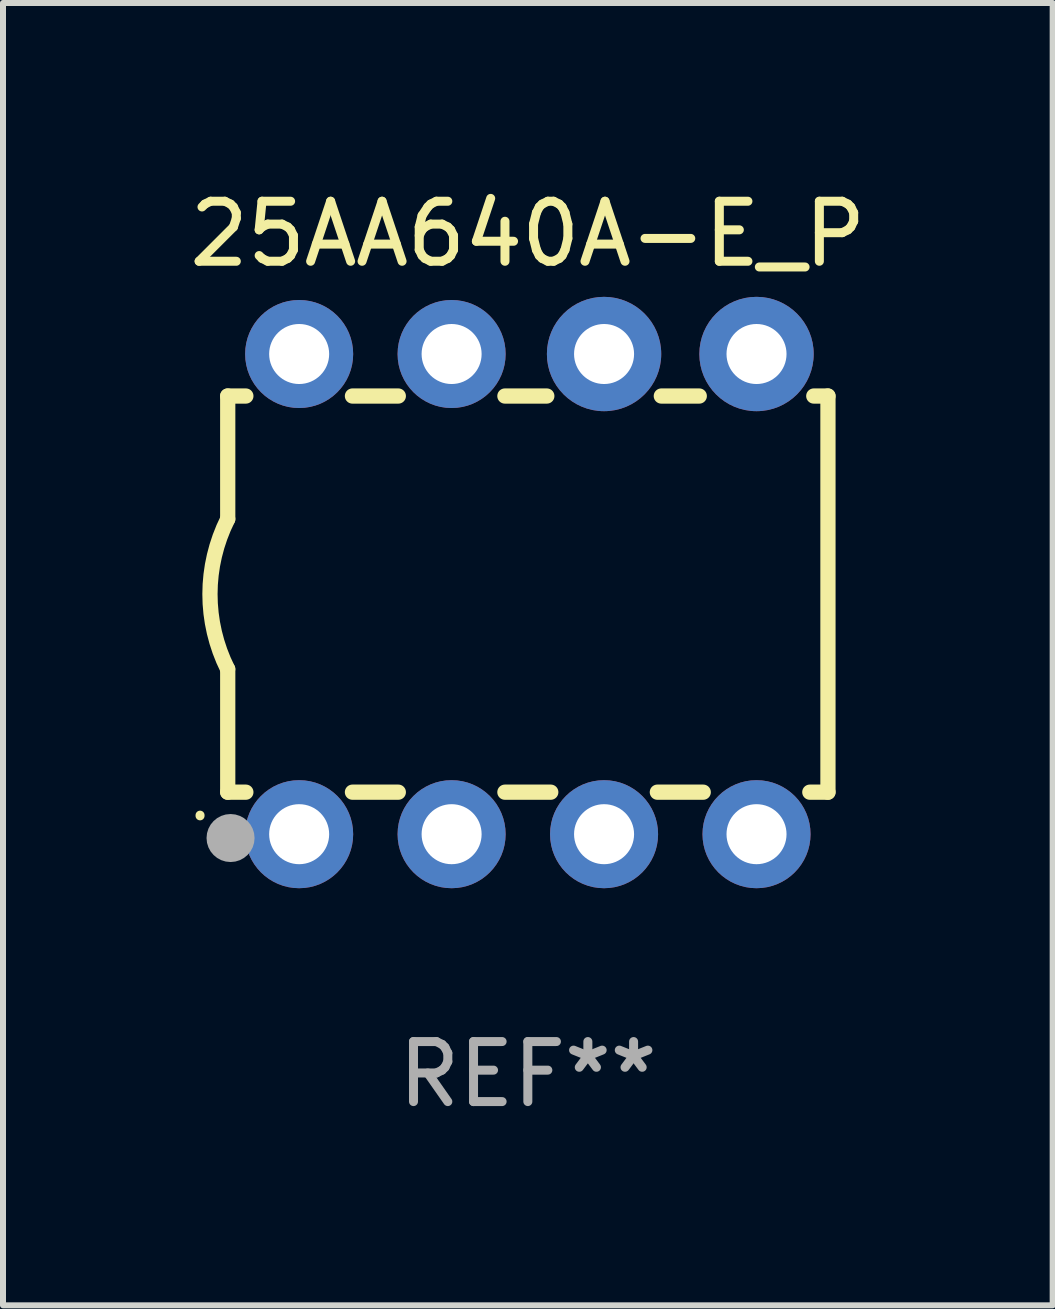
<source format=kicad_pcb>
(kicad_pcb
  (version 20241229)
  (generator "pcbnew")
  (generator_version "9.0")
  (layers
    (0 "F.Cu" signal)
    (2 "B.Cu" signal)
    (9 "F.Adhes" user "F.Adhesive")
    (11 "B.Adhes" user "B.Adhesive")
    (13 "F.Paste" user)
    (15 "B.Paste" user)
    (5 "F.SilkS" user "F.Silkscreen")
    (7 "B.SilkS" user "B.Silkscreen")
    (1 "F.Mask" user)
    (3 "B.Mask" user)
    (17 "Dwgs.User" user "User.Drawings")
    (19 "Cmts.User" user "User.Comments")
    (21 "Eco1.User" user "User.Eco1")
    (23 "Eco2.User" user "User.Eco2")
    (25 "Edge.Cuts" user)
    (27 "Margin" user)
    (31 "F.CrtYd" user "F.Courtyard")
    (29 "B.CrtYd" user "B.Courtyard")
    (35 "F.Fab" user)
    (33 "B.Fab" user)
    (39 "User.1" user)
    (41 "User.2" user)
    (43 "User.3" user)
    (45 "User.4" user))
  (footprint "25AA640A-E_P"
    (layer "F.Cu")
    (at 5.744 6.848)
    (property "Reference" "25AA640A-E_P" (at 0 -6 0) (layer "F.SilkS") (effects (font (size 1 1) (thickness 0.15))))
    (attr through_hole)
    (fp_line (start -5 -3.3) (end -5 -1.25) (stroke (width 0.254) (type solid)) (layer "F.SilkS"))
    (fp_line (start -5 -3.3) (end -4.698 -3.3) (stroke (width 0.254) (type solid)) (layer "F.SilkS"))
    (fp_line (start -5 3.3) (end -5 1.25) (stroke (width 0.254) (type solid)) (layer "F.SilkS"))
    (fp_line (start -5 3.3) (end -4.698 3.3) (stroke (width 0.254) (type solid)) (layer "F.SilkS"))
    (fp_line (start -2.922 -3.3) (end -2.158 -3.3) (stroke (width 0.254) (type solid)) (layer "F.SilkS"))
    (fp_line (start -2.922 3.3) (end -2.158 3.3) (stroke (width 0.254) (type solid)) (layer "F.SilkS"))
    (fp_line (start -0.382 -3.3) (end 0.316 -3.3) (stroke (width 0.254) (type solid)) (layer "F.SilkS"))
    (fp_line (start -0.382 3.3) (end 0.382 3.3) (stroke (width 0.254) (type solid)) (layer "F.SilkS"))
    (fp_line (start 2.158 3.3) (end 2.922 3.3) (stroke (width 0.254) (type solid)) (layer "F.SilkS"))
    (fp_line (start 2.224 -3.3) (end 2.856 -3.3) (stroke (width 0.254) (type solid)) (layer "F.SilkS"))
    (fp_line (start 4.698 3.3) (end 5 3.3) (stroke (width 0.254) (type solid)) (layer "F.SilkS"))
    (fp_line (start 4.764 -3.3) (end 5 -3.3) (stroke (width 0.254) (type solid)) (layer "F.SilkS"))
    (fp_line (start 5 -3.3) (end 5 3.3) (stroke (width 0.254) (type solid)) (layer "F.SilkS"))
    (fp_arc (start -5.46124 3.694259) (mid -5.461175 3.688632) (end -5.460986 3.683007) (stroke (width 0.149987) (type solid)) (layer "F.SilkS"))
    (fp_arc (start -5.00127 1.249682) (mid -5.295892 -0.000313) (end -5.000025 -1.250013) (stroke (width 0.254001) (type solid)) (layer "F.SilkS"))
    (fp_circle (center -4.795 4.237) (end -4.765 4.237) (stroke (width 0.06) (type solid)) (fill no) (layer "F.SilkS"))
    (fp_circle (center -4.953 4.064) (end -4.753 4.064) (stroke (width 0.4) (type solid)) (fill no) (layer "F.Fab"))
    (fp_text user "REF**" (at 0 8 0) (layer "F.Fab") (effects (font (size 1 1) (thickness 0.15))))
    (pad "1" thru_hole circle (at -3.81 4) (size 1.8 1.8) (drill 1) (layers "*.Cu" "*.Mask"))
    (pad "2" thru_hole circle (at -1.27 4) (size 1.8 1.8) (drill 1) (layers "*.Cu" "*.Mask"))
    (pad "3" thru_hole circle (at 1.27 4) (size 1.8 1.8) (drill 1) (layers "*.Cu" "*.Mask"))
    (pad "4" thru_hole circle (at 3.81 4) (size 1.8 1.8) (drill 1) (layers "*.Cu" "*.Mask"))
    (pad "5" thru_hole circle (at 3.81 -4) (size 1.905 1.905) (drill 1) (layers "*.Cu" "*.Mask"))
    (pad "6" thru_hole circle (at 1.27 -4) (size 1.905 1.905) (drill 1) (layers "*.Cu" "*.Mask"))
    (pad "7" thru_hole circle (at -1.27 -4) (size 1.8 1.8) (drill 1) (layers "*.Cu" "*.Mask"))
    (pad "8" thru_hole circle (at -3.81 -4) (size 1.8 1.8) (drill 1) (layers "*.Cu" "*.Mask")))
  (gr_rect
    (start -3 -3)
    (end 14.488 18.697)
    (stroke (width 0.1) (type default))
    (fill no)
    (layer "Edge.Cuts")))
</source>
